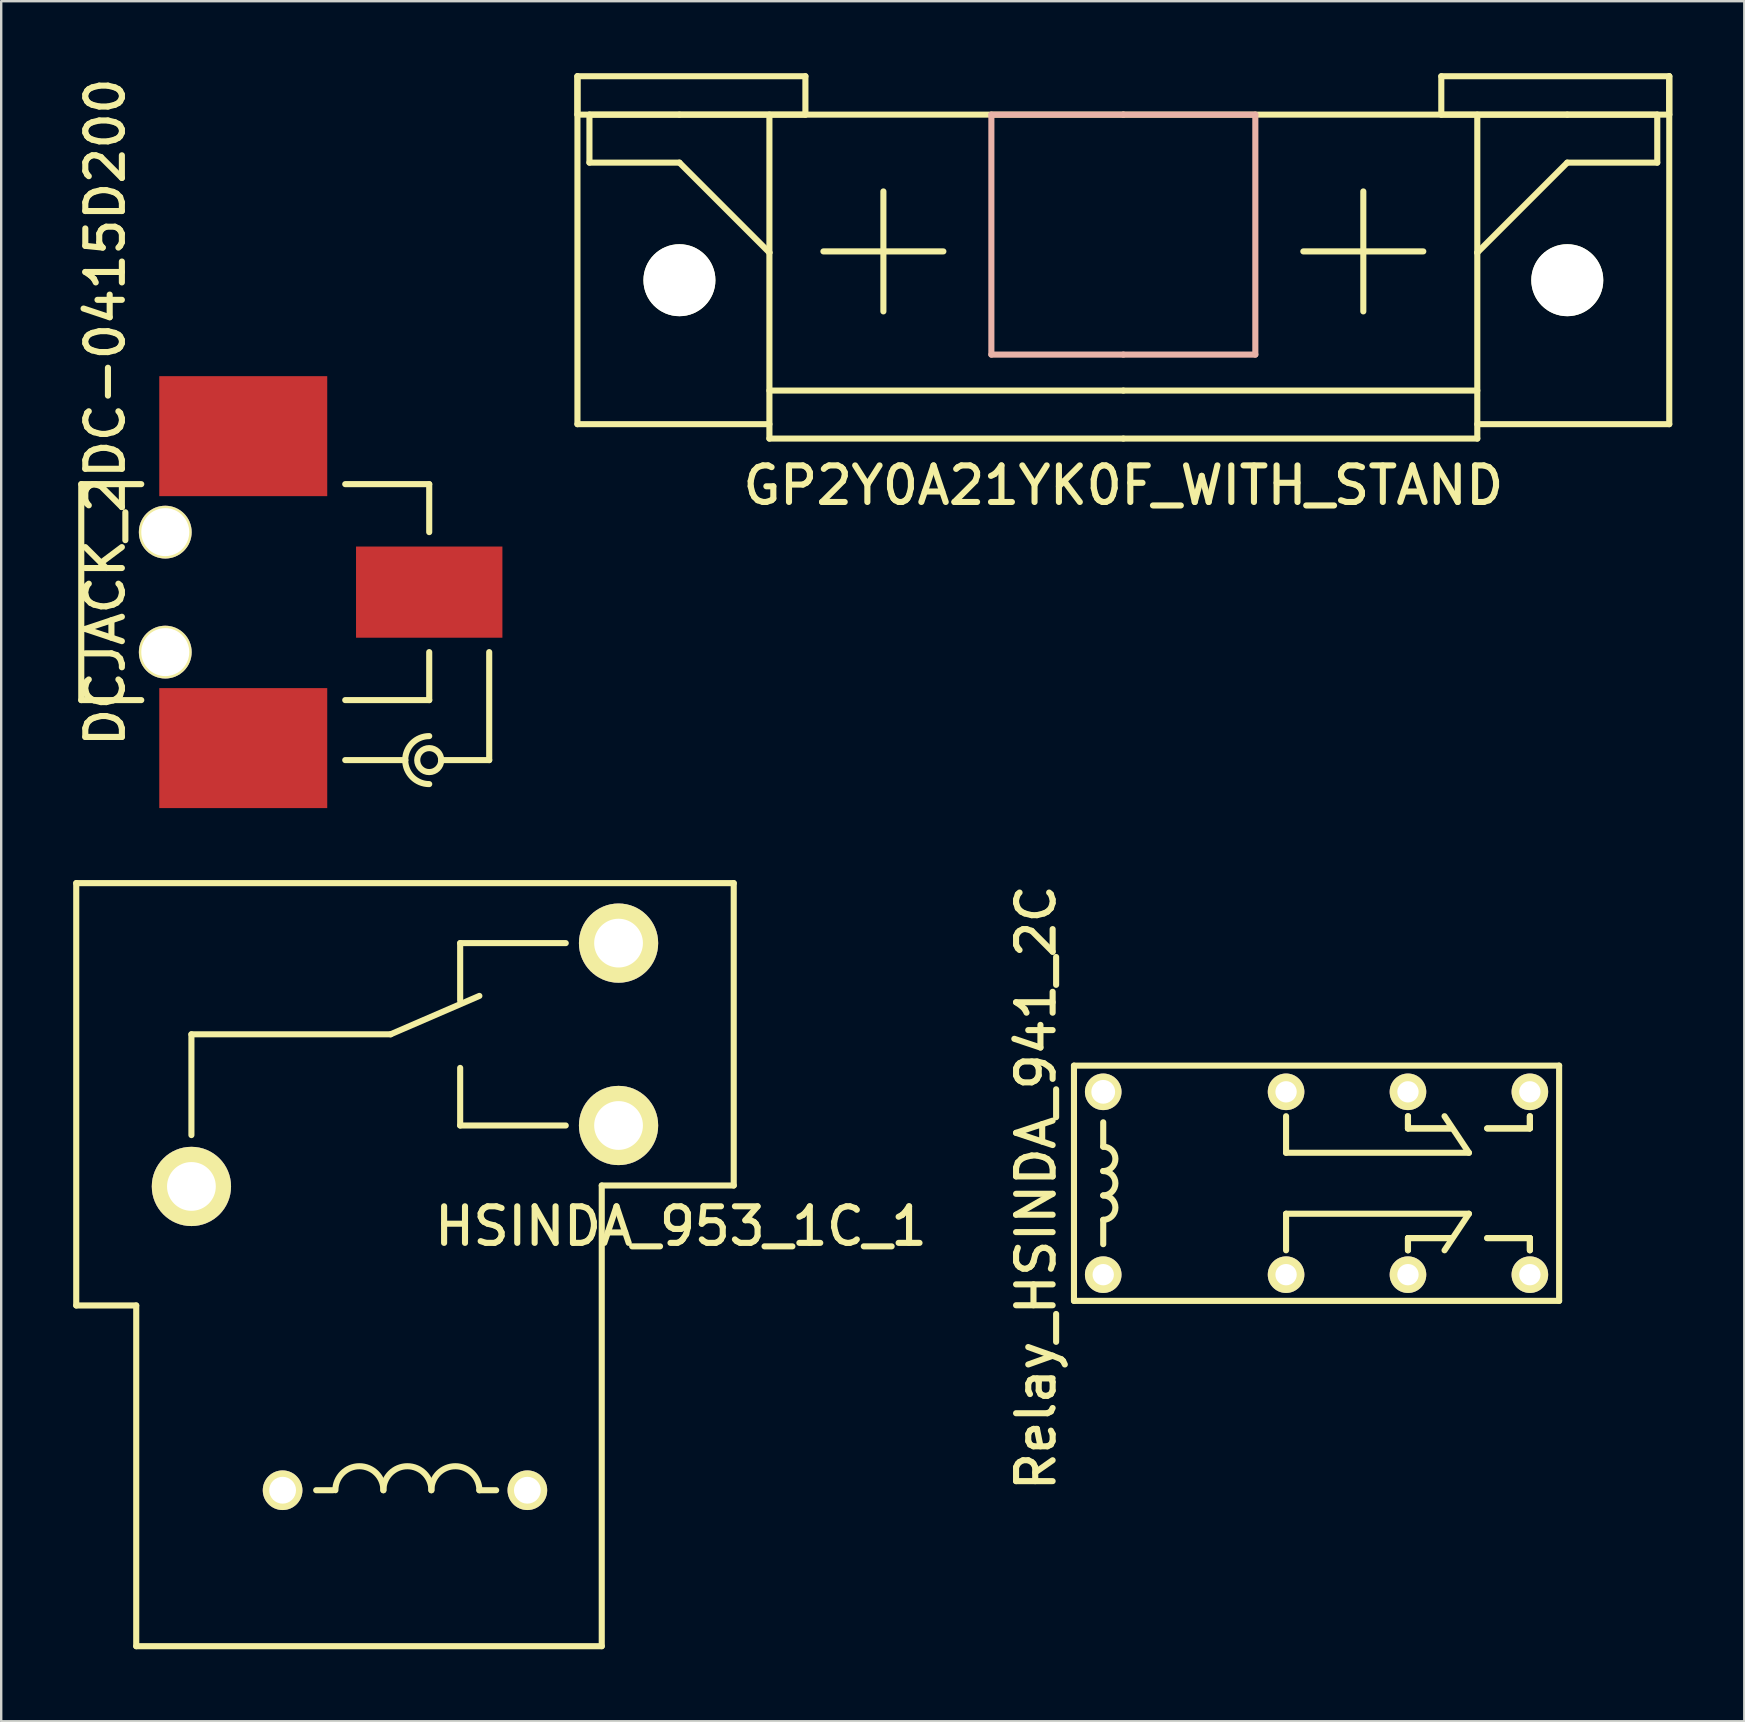
<source format=kicad_pcb>
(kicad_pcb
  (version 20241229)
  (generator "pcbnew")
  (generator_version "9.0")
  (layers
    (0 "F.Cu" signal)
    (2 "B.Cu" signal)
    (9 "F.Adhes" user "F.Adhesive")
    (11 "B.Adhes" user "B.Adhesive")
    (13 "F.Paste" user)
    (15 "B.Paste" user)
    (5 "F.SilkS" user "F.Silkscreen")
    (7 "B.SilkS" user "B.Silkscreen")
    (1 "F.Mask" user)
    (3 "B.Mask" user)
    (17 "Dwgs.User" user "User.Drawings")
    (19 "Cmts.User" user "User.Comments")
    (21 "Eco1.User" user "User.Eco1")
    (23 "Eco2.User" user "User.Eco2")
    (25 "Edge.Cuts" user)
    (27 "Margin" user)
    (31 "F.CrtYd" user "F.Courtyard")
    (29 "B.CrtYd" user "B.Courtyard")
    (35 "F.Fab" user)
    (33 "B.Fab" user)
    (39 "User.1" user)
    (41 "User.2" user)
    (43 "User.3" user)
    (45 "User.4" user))
  (footprint "Relay_HSINDA_941_2C"
    (layer "F.Cu")
    (at 42.925 50.07)
    (property "Reference" "Relay_HSINDA_941_2C" (at -2.8 -3.624 90) (layer "F.SilkS") (effects (font (size 1.524 1.524) (thickness 0.254))))
    (attr through_hole)
    (fp_line (start -1.219 -8.712) (end 18.999 -8.712) (stroke (width 0.254) (type solid)) (layer "F.SilkS"))
    (fp_line (start -1.219 1.092) (end -1.219 -8.712) (stroke (width 0.254) (type solid)) (layer "F.SilkS"))
    (fp_line (start 0 -5.334) (end 0 -6.35) (stroke (width 0.254) (type solid)) (layer "F.SilkS"))
    (fp_line (start 0 -2.286) (end 0 -1.27) (stroke (width 0.254) (type solid)) (layer "F.SilkS"))
    (fp_line (start 7.62 -6.604) (end 7.62 -5.08) (stroke (width 0.254) (type solid)) (layer "F.SilkS"))
    (fp_line (start 7.62 -5.08) (end 15.24 -5.08) (stroke (width 0.254) (type solid)) (layer "F.SilkS"))
    (fp_line (start 7.62 -2.54) (end 7.62 -1.016) (stroke (width 0.254) (type solid)) (layer "F.SilkS"))
    (fp_line (start 7.62 -2.54) (end 15.24 -2.54) (stroke (width 0.254) (type solid)) (layer "F.SilkS"))
    (fp_line (start 12.7 -6.604) (end 12.7 -6.096) (stroke (width 0.254) (type solid)) (layer "F.SilkS"))
    (fp_line (start 12.7 -6.604) (end 12.7 -6.096) (stroke (width 0.254) (type solid)) (layer "F.SilkS"))
    (fp_line (start 12.7 -6.096) (end 14.478 -6.096) (stroke (width 0.254) (type solid)) (layer "F.SilkS"))
    (fp_line (start 12.7 -6.096) (end 14.478 -6.096) (stroke (width 0.254) (type solid)) (layer "F.SilkS"))
    (fp_line (start 12.7 -1.524) (end 12.7 -1.016) (stroke (width 0.254) (type solid)) (layer "F.SilkS"))
    (fp_line (start 12.7 -1.524) (end 12.7 -1.016) (stroke (width 0.254) (type solid)) (layer "F.SilkS"))
    (fp_line (start 12.7 -1.524) (end 14.478 -1.524) (stroke (width 0.254) (type solid)) (layer "F.SilkS"))
    (fp_line (start 12.7 -1.524) (end 14.478 -1.524) (stroke (width 0.254) (type solid)) (layer "F.SilkS"))
    (fp_line (start 15.24 -5.08) (end 14.224 -6.604) (stroke (width 0.254) (type solid)) (layer "F.SilkS"))
    (fp_line (start 15.24 -2.54) (end 14.224 -1.016) (stroke (width 0.254) (type solid)) (layer "F.SilkS"))
    (fp_line (start 17.78 -6.604) (end 17.78 -6.096) (stroke (width 0.254) (type solid)) (layer "F.SilkS"))
    (fp_line (start 17.78 -6.604) (end 17.78 -6.096) (stroke (width 0.254) (type solid)) (layer "F.SilkS"))
    (fp_line (start 17.78 -6.096) (end 16.002 -6.096) (stroke (width 0.254) (type solid)) (layer "F.SilkS"))
    (fp_line (start 17.78 -6.096) (end 16.002 -6.096) (stroke (width 0.254) (type solid)) (layer "F.SilkS"))
    (fp_line (start 17.78 -1.524) (end 16.002 -1.524) (stroke (width 0.254) (type solid)) (layer "F.SilkS"))
    (fp_line (start 17.78 -1.524) (end 16.002 -1.524) (stroke (width 0.254) (type solid)) (layer "F.SilkS"))
    (fp_line (start 17.78 -1.524) (end 17.78 -1.016) (stroke (width 0.254) (type solid)) (layer "F.SilkS"))
    (fp_line (start 17.78 -1.524) (end 17.78 -1.016) (stroke (width 0.254) (type solid)) (layer "F.SilkS"))
    (fp_line (start 18.999 -8.712) (end 18.999 1.092) (stroke (width 0.254) (type solid)) (layer "F.SilkS"))
    (fp_line (start 18.999 1.092) (end -1.219 1.092) (stroke (width 0.254) (type solid)) (layer "F.SilkS"))
    (fp_arc (start 0 -5.334) (mid 0.508 -4.826) (end 0 -4.318) (stroke (width 0.254) (type solid)) (layer "F.SilkS"))
    (fp_arc (start 0 -4.318) (mid 0.508 -3.81) (end 0 -3.302) (stroke (width 0.254) (type solid)) (layer "F.SilkS"))
    (fp_arc (start 0 -3.302) (mid 0.508 -2.794) (end 0 -2.286) (stroke (width 0.254) (type solid)) (layer "F.SilkS"))
    (pad "1" thru_hole circle (at 0 0) (size 1.524 1.524) (drill 0.889) (layers "*.Cu" "*.Mask" "F.SilkS"))
    (pad "2" thru_hole circle (at 7.62 0) (size 1.524 1.524) (drill 0.889) (layers "*.Cu" "*.Mask" "F.SilkS"))
    (pad "3" thru_hole circle (at 12.7 0) (size 1.524 1.524) (drill 0.889) (layers "*.Cu" "*.Mask" "F.SilkS"))
    (pad "4" thru_hole circle (at 17.78 0) (size 1.524 1.524) (drill 0.889) (layers "*.Cu" "*.Mask" "F.SilkS"))
    (pad "5" thru_hole circle (at 17.78 -7.62) (size 1.524 1.524) (drill 0.889) (layers "*.Cu" "*.Mask" "F.SilkS"))
    (pad "6" thru_hole circle (at 12.7 -7.62) (size 1.524 1.524) (drill 0.889) (layers "*.Cu" "*.Mask" "F.SilkS"))
    (pad "7" thru_hole circle (at 7.62 -7.62) (size 1.524 1.524) (drill 0.889) (layers "*.Cu" "*.Mask" "F.SilkS"))
    (pad "8" thru_hole circle (at 0 -7.62) (size 1.524 1.524) (drill 0.991) (layers "*.Cu" "*.Mask" "F.SilkS")))
  (footprint "GP2Y0A21YK0F_WITH_STAND"
    (layer "F.Cu")
    (at 43.764 1.727)
    (property "Reference" "GP2Y0A21YK0F_WITH_STAND" (at 0 15.45 0) (layer "F.SilkS") (effects (font (size 1.524 1.524) (thickness 0.254))))
    (attr through_hole)
    (fp_line (start -22.75 -1.6) (end -22.75 12.9) (stroke (width 0.254) (type solid)) (layer "F.SilkS"))
    (fp_line (start -22.75 -1.6) (end -13.25 -1.6) (stroke (width 0.254) (type solid)) (layer "F.SilkS"))
    (fp_line (start -22.75 0) (end -22.75 -1.6) (stroke (width 0.254) (type solid)) (layer "F.SilkS"))
    (fp_line (start -22.25 0) (end -22.25 2) (stroke (width 0.254) (type solid)) (layer "F.SilkS"))
    (fp_line (start -22.25 2) (end -18.5 2) (stroke (width 0.254) (type solid)) (layer "F.SilkS"))
    (fp_line (start -18.5 0) (end -22.75 0) (stroke (width 0.254) (type solid)) (layer "F.SilkS"))
    (fp_line (start -18.5 2) (end -14.75 5.75) (stroke (width 0.254) (type solid)) (layer "F.SilkS"))
    (fp_line (start -14.75 5.75) (end -14.75 0) (stroke (width 0.254) (type solid)) (layer "F.SilkS"))
    (fp_line (start -14.75 5.75) (end -14.75 13.5) (stroke (width 0.254) (type solid)) (layer "F.SilkS"))
    (fp_line (start -14.75 11.5) (end 0 11.5) (stroke (width 0.254) (type solid)) (layer "F.SilkS"))
    (fp_line (start -14.75 12.9) (end -22.75 12.9) (stroke (width 0.254) (type solid)) (layer "F.SilkS"))
    (fp_line (start -14.75 13.5) (end 0 13.5) (stroke (width 0.254) (type solid)) (layer "F.SilkS"))
    (fp_line (start -13.25 -1.6) (end -13.25 0) (stroke (width 0.254) (type solid)) (layer "F.SilkS"))
    (fp_line (start -13.25 0) (end -18.5 0) (stroke (width 0.254) (type solid)) (layer "F.SilkS"))
    (fp_line (start -10 5.7) (end -12.5 5.7) (stroke (width 0.254) (type solid)) (layer "F.SilkS"))
    (fp_line (start -10 5.7) (end -10 3.2) (stroke (width 0.254) (type solid)) (layer "F.SilkS"))
    (fp_line (start -10 5.7) (end -10 8.2) (stroke (width 0.254) (type solid)) (layer "F.SilkS"))
    (fp_line (start -10 5.7) (end -7.5 5.7) (stroke (width 0.254) (type solid)) (layer "F.SilkS"))
    (fp_line (start 0 0) (end -22.25 0) (stroke (width 0.254) (type solid)) (layer "F.SilkS"))
    (fp_line (start 0 0) (end 22.25 0) (stroke (width 0.254) (type solid)) (layer "F.SilkS"))
    (fp_line (start 10 5.7) (end 7.5 5.7) (stroke (width 0.254) (type solid)) (layer "F.SilkS"))
    (fp_line (start 10 5.7) (end 10 3.2) (stroke (width 0.254) (type solid)) (layer "F.SilkS"))
    (fp_line (start 10 5.7) (end 10 8.2) (stroke (width 0.254) (type solid)) (layer "F.SilkS"))
    (fp_line (start 10 5.7) (end 12.5 5.7) (stroke (width 0.254) (type solid)) (layer "F.SilkS"))
    (fp_line (start 13.25 -1.6) (end 13.25 0) (stroke (width 0.254) (type solid)) (layer "F.SilkS"))
    (fp_line (start 13.25 0) (end 18.5 0) (stroke (width 0.254) (type solid)) (layer "F.SilkS"))
    (fp_line (start 14.75 5.75) (end 14.75 0) (stroke (width 0.254) (type solid)) (layer "F.SilkS"))
    (fp_line (start 14.75 5.75) (end 14.75 13.5) (stroke (width 0.254) (type solid)) (layer "F.SilkS"))
    (fp_line (start 14.75 11.5) (end 0 11.5) (stroke (width 0.254) (type solid)) (layer "F.SilkS"))
    (fp_line (start 14.75 12.9) (end 22.75 12.9) (stroke (width 0.254) (type solid)) (layer "F.SilkS"))
    (fp_line (start 14.75 13.5) (end 0 13.5) (stroke (width 0.254) (type solid)) (layer "F.SilkS"))
    (fp_line (start 18.5 0) (end 22.75 0) (stroke (width 0.254) (type solid)) (layer "F.SilkS"))
    (fp_line (start 18.5 2) (end 14.75 5.75) (stroke (width 0.254) (type solid)) (layer "F.SilkS"))
    (fp_line (start 22.25 0) (end 22.25 2) (stroke (width 0.254) (type solid)) (layer "F.SilkS"))
    (fp_line (start 22.25 2) (end 18.5 2) (stroke (width 0.254) (type solid)) (layer "F.SilkS"))
    (fp_line (start 22.75 -1.6) (end 13.25 -1.6) (stroke (width 0.254) (type solid)) (layer "F.SilkS"))
    (fp_line (start 22.75 -1.6) (end 22.75 12.9) (stroke (width 0.254) (type solid)) (layer "F.SilkS"))
    (fp_line (start 22.75 0) (end 22.75 -1.6) (stroke (width 0.254) (type solid)) (layer "F.SilkS"))
    (fp_line (start -5.5 0) (end -5.5 10) (stroke (width 0.254) (type solid)) (layer "B.SilkS"))
    (fp_line (start -5.5 10) (end 0 10) (stroke (width 0.254) (type solid)) (layer "B.SilkS"))
    (fp_line (start 0 0) (end -5.5 0) (stroke (width 0.254) (type solid)) (layer "B.SilkS"))
    (fp_line (start 0 0) (end 5.5 0) (stroke (width 0.254) (type solid)) (layer "B.SilkS"))
    (fp_line (start 5.5 0) (end 5.5 10) (stroke (width 0.254) (type solid)) (layer "B.SilkS"))
    (fp_line (start 5.5 10) (end 0 10) (stroke (width 0.254) (type solid)) (layer "B.SilkS"))
    (pad "" np_thru_hole circle (at -18.5 6.9 180) (size 3 3) (drill 3) (layers "*.Cu" "*.Mask" "F.SilkS"))
    (pad "" np_thru_hole circle (at 18.5 6.9) (size 3 3) (drill 3) (layers "*.Cu" "*.Mask" "F.SilkS")))
  (footprint "HSINDA_953_1C_1"
    (layer "F.Cu")
    (at 22.727 43.853)
    (property "Reference" "HSINDA_953_1C_1" (at 2.6 4.2 0) (layer "F.SilkS") (effects (font (size 1.524 1.524) (thickness 0.254))))
    (attr through_hole)
    (fp_line (start -22.6 -10.1) (end -22.6 7.5) (stroke (width 0.254) (type solid)) (layer "F.SilkS"))
    (fp_line (start -22.6 7.5) (end -20.1 7.5) (stroke (width 0.254) (type solid)) (layer "F.SilkS"))
    (fp_line (start -20.1 7.5) (end -20.1 21.7) (stroke (width 0.254) (type solid)) (layer "F.SilkS"))
    (fp_line (start -20.1 21.7) (end -0.7 21.7) (stroke (width 0.254) (type solid)) (layer "F.SilkS"))
    (fp_line (start -17.8 -3.8) (end -9.5 -3.8) (stroke (width 0.254) (type solid)) (layer "F.SilkS"))
    (fp_line (start -17.8 0.4) (end -17.8 -3.8) (stroke (width 0.254) (type solid)) (layer "F.SilkS"))
    (fp_line (start -11.9 15.2) (end -12.6 15.2) (stroke (width 0.254) (type solid)) (layer "F.SilkS"))
    (fp_line (start -9.5 -3.8) (end -5.8 -5.4) (stroke (width 0.254) (type solid)) (layer "F.SilkS"))
    (fp_line (start -6.6 -7.6) (end -6.6 -5.2) (stroke (width 0.254) (type solid)) (layer "F.SilkS"))
    (fp_line (start -6.6 -2.4) (end -6.6 0) (stroke (width 0.254) (type solid)) (layer "F.SilkS"))
    (fp_line (start -5.1 15.2) (end -5.8 15.2) (stroke (width 0.254) (type solid)) (layer "F.SilkS"))
    (fp_line (start -2.2 -7.6) (end -6.6 -7.6) (stroke (width 0.254) (type solid)) (layer "F.SilkS"))
    (fp_line (start -2.2 0) (end -6.6 0) (stroke (width 0.254) (type solid)) (layer "F.SilkS"))
    (fp_line (start -0.7 2.5) (end 4.8 2.5) (stroke (width 0.254) (type solid)) (layer "F.SilkS"))
    (fp_line (start -0.7 21.7) (end -0.7 2.5) (stroke (width 0.254) (type solid)) (layer "F.SilkS"))
    (fp_line (start 4.8 -10.1) (end -22.6 -10.1) (stroke (width 0.254) (type solid)) (layer "F.SilkS"))
    (fp_line (start 4.8 2.5) (end 4.8 -10.1) (stroke (width 0.254) (type solid)) (layer "F.SilkS"))
    (fp_arc (start -11.8 15.2) (mid -10.8 14.2) (end -9.8 15.2) (stroke (width 0.254) (type solid)) (layer "F.SilkS"))
    (fp_arc (start -9.8 15.2) (mid -8.8 14.2) (end -7.8 15.2) (stroke (width 0.254) (type solid)) (layer "F.SilkS"))
    (fp_arc (start -7.8 15.2) (mid -6.8 14.2) (end -5.8 15.2) (stroke (width 0.254) (type solid)) (layer "F.SilkS"))
    (pad "1" thru_hole circle (at -3.8 15.2 270) (size 1.651 1.651) (drill 1.118) (layers "*.Cu" "*.Mask" "F.SilkS"))
    (pad "2" thru_hole circle (at -14 15.2 90) (size 1.651 1.651) (drill 1.118) (layers "*.Cu" "*.Mask" "F.SilkS"))
    (pad "3" thru_hole circle (at 0 0) (size 3.302 3.302) (drill 2.032) (layers "*.Cu" "*.Mask" "F.SilkS"))
    (pad "4" thru_hole circle (at 0 -7.6) (size 3.302 3.302) (drill 2.032) (layers "*.Cu" "*.Mask" "F.SilkS"))
    (pad "5" thru_hole circle (at -17.8 2.54) (size 3.302 3.302) (drill 2.032) (layers "*.Cu" "*.Mask" "F.SilkS")))
  (footprint "DCJACK_2DC-0415D200"
    (layer "F.Cu")
    (at 0.337 21.626)
    (property "Reference" "DCJACK_2DC-0415D200" (at 1 -7.5 90) (layer "F.SilkS") (effects (font (size 1.524 1.524) (thickness 0.254))))
    (attr through_hole)
    (fp_line (start 0 -4.5) (end 2.5 -4.5) (stroke (width 0.254) (type solid)) (layer "F.SilkS"))
    (fp_line (start 0 4.5) (end 0 -4.5) (stroke (width 0.254) (type solid)) (layer "F.SilkS"))
    (fp_line (start 0 4.5) (end 2.5 4.5) (stroke (width 0.254) (type solid)) (layer "F.SilkS"))
    (fp_line (start 11 -4.5) (end 14.5 -4.5) (stroke (width 0.254) (type solid)) (layer "F.SilkS"))
    (fp_line (start 11 4.5) (end 14.5 4.5) (stroke (width 0.254) (type solid)) (layer "F.SilkS"))
    (fp_line (start 13.5 7) (end 11 7) (stroke (width 0.254) (type solid)) (layer "F.SilkS"))
    (fp_line (start 14.5 -4.5) (end 14.5 -2.5) (stroke (width 0.254) (type solid)) (layer "F.SilkS"))
    (fp_line (start 14.5 2.5) (end 14.5 4.5) (stroke (width 0.254) (type solid)) (layer "F.SilkS"))
    (fp_line (start 17 7) (end 15 7) (stroke (width 0.254) (type solid)) (layer "F.SilkS"))
    (fp_line (start 17 7) (end 17 2.5) (stroke (width 0.254) (type solid)) (layer "F.SilkS"))
    (fp_arc (start 13.5 7) (mid 13.792893 6.292893) (end 14.5 6) (stroke (width 0.254) (type solid)) (layer "F.SilkS"))
    (fp_arc (start 14.5 8) (mid 13.792893 7.707107) (end 13.5 7) (stroke (width 0.254) (type solid)) (layer "F.SilkS"))
    (fp_circle (center 14.5 7) (end 15 7) (stroke (width 0.254) (type solid)) (fill no) (layer "F.SilkS"))
    (pad "" np_thru_hole circle (at 3.5 -2.5) (size 2.2 2.2) (drill 2) (layers "*.Cu" "*.Mask" "F.SilkS"))
    (pad "" np_thru_hole circle (at 3.5 2.5) (size 2.2 2.2) (drill 2) (layers "*.Cu" "*.Mask" "F.SilkS"))
    (pad "1" smd rect (at 14.5 0) (size 6.1 3.8) (layers "F.Cu" "F.Mask" "F.Paste"))
    (pad "2" smd rect (at 6.75 -6.5) (size 7 5) (layers "F.Cu" "F.Mask" "F.Paste"))
    (pad "3" smd rect (at 6.75 6.5) (size 7 5) (layers "F.Cu" "F.Mask" "F.Paste")))
  (gr_rect
    (start -3 -3)
    (end 69.641 68.68)
    (stroke (width 0.1) (type default))
    (fill no)
    (layer "Edge.Cuts")))
</source>
